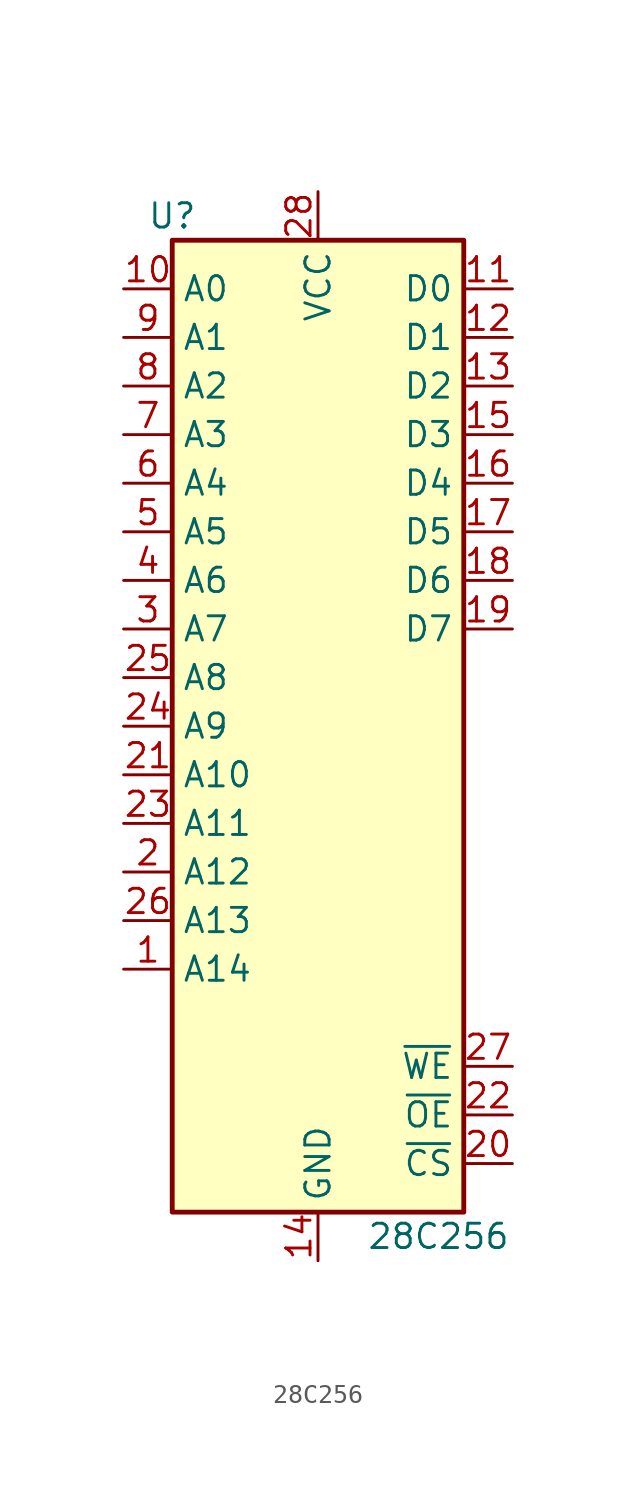
<source format=kicad_sym>
(kicad_symbol_lib
  (version 20211014)
  (generator kicad_symbol_editor)
  (symbol "28C256"
    (property "Reference" "U"
      (at -7.62 26.67 0)
      (effects (font (size 1.27 1.27))))
    (property "Value" "28C256"
      (at 2.54 -26.67 0)
      (effects (font (size 1.27 1.27)) (justify left)))
    (symbol "28C256_1_1"
      (rectangle (start -7.62 25.4) (end 7.62 -25.4) (stroke (width 0.254) (type default) (color 0 0 0 0)) (fill (type background)))
      (pin input line (at -10.16 -12.7 0) (length 2.54) (name "A14" (effects (font (size 1.27 1.27)))) (number "1" (effects (font (size 1.27 1.27)))))
      (pin input line (at -10.16 22.86 0) (length 2.54) (name "A0" (effects (font (size 1.27 1.27)))) (number "10" (effects (font (size 1.27 1.27)))))
      (pin tri_state line (at 10.16 22.86 180) (length 2.54) (name "D0" (effects (font (size 1.27 1.27)))) (number "11" (effects (font (size 1.27 1.27)))))
      (pin tri_state line (at 10.16 20.32 180) (length 2.54) (name "D1" (effects (font (size 1.27 1.27)))) (number "12" (effects (font (size 1.27 1.27)))))
      (pin tri_state line (at 10.16 17.78 180) (length 2.54) (name "D2" (effects (font (size 1.27 1.27)))) (number "13" (effects (font (size 1.27 1.27)))))
      (pin power_in line (at 0 -27.94 90) (length 2.54) (name "GND" (effects (font (size 1.27 1.27)))) (number "14" (effects (font (size 1.27 1.27)))))
      (pin tri_state line (at 10.16 15.24 180) (length 2.54) (name "D3" (effects (font (size 1.27 1.27)))) (number "15" (effects (font (size 1.27 1.27)))))
      (pin tri_state line (at 10.16 12.7 180) (length 2.54) (name "D4" (effects (font (size 1.27 1.27)))) (number "16" (effects (font (size 1.27 1.27)))))
      (pin tri_state line (at 10.16 10.16 180) (length 2.54) (name "D5" (effects (font (size 1.27 1.27)))) (number "17" (effects (font (size 1.27 1.27)))))
      (pin tri_state line (at 10.16 7.62 180) (length 2.54) (name "D6" (effects (font (size 1.27 1.27)))) (number "18" (effects (font (size 1.27 1.27)))))
      (pin tri_state line (at 10.16 5.08 180) (length 2.54) (name "D7" (effects (font (size 1.27 1.27)))) (number "19" (effects (font (size 1.27 1.27)))))
      (pin input line (at -10.16 -7.62 0) (length 2.54) (name "A12" (effects (font (size 1.27 1.27)))) (number "2" (effects (font (size 1.27 1.27)))))
      (pin input line (at 10.16 -22.86 180) (length 2.54) (name "~{CS}" (effects (font (size 1.27 1.27)))) (number "20" (effects (font (size 1.27 1.27)))))
      (pin input line (at -10.16 -2.54 0) (length 2.54) (name "A10" (effects (font (size 1.27 1.27)))) (number "21" (effects (font (size 1.27 1.27)))))
      (pin input line (at 10.16 -20.32 180) (length 2.54) (name "~{OE}" (effects (font (size 1.27 1.27)))) (number "22" (effects (font (size 1.27 1.27)))))
      (pin input line (at -10.16 -5.08 0) (length 2.54) (name "A11" (effects (font (size 1.27 1.27)))) (number "23" (effects (font (size 1.27 1.27)))))
      (pin input line (at -10.16 0 0) (length 2.54) (name "A9" (effects (font (size 1.27 1.27)))) (number "24" (effects (font (size 1.27 1.27)))))
      (pin input line (at -10.16 2.54 0) (length 2.54) (name "A8" (effects (font (size 1.27 1.27)))) (number "25" (effects (font (size 1.27 1.27)))))
      (pin input line (at -10.16 -10.16 0) (length 2.54) (name "A13" (effects (font (size 1.27 1.27)))) (number "26" (effects (font (size 1.27 1.27)))))
      (pin input line (at 10.16 -17.78 180) (length 2.54) (name "~{WE}" (effects (font (size 1.27 1.27)))) (number "27" (effects (font (size 1.27 1.27)))))
      (pin power_in line (at 0 27.94 270) (length 2.54) (name "VCC" (effects (font (size 1.27 1.27)))) (number "28" (effects (font (size 1.27 1.27)))))
      (pin input line (at -10.16 5.08 0) (length 2.54) (name "A7" (effects (font (size 1.27 1.27)))) (number "3" (effects (font (size 1.27 1.27)))))
      (pin input line (at -10.16 7.62 0) (length 2.54) (name "A6" (effects (font (size 1.27 1.27)))) (number "4" (effects (font (size 1.27 1.27)))))
      (pin input line (at -10.16 10.16 0) (length 2.54) (name "A5" (effects (font (size 1.27 1.27)))) (number "5" (effects (font (size 1.27 1.27)))))
      (pin input line (at -10.16 12.7 0) (length 2.54) (name "A4" (effects (font (size 1.27 1.27)))) (number "6" (effects (font (size 1.27 1.27)))))
      (pin input line (at -10.16 15.24 0) (length 2.54) (name "A3" (effects (font (size 1.27 1.27)))) (number "7" (effects (font (size 1.27 1.27)))))
      (pin input line (at -10.16 17.78 0) (length 2.54) (name "A2" (effects (font (size 1.27 1.27)))) (number "8" (effects (font (size 1.27 1.27)))))
      (pin input line (at -10.16 20.32 0) (length 2.54) (name "A1" (effects (font (size 1.27 1.27)))) (number "9" (effects (font (size 1.27 1.27))))))))
</source>
